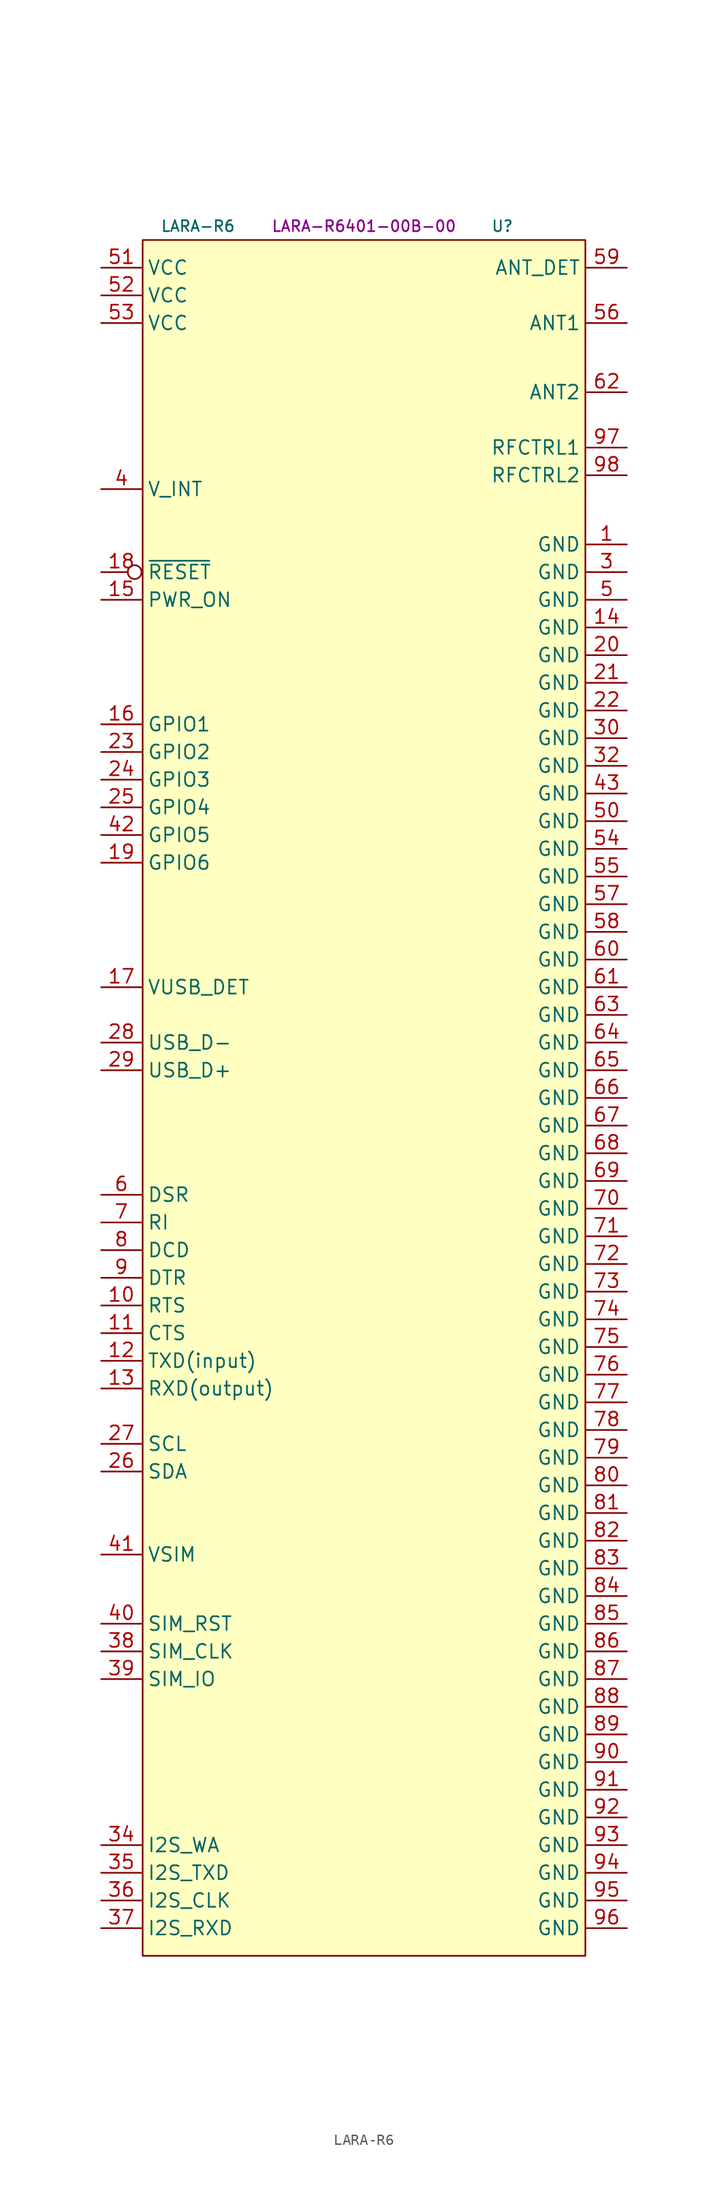
<source format=kicad_sym>
(kicad_symbol_lib
  (version 20231120)
  (generator "kicad_symbol_editor")
  (generator_version "8.0")
  (symbol "LARA-R6"
    (property "Reference" "U"
      (at 11.43 88.9 0)
      (effects (font (size 1 1))))
    (property "Value" "LARA-R6"
      (at -16.51 88.9 0)
      (effects (font (size 1 1))))
    (property "MPN" "LARA-R6401-00B-00"
      (at -1.27 88.9 0)
      (effects (font (size 1 1))))
    (symbol "LARA-R6_0_1"
      (rectangle (start -21.59 87.63) (end 19.05 -69.85) (stroke (width 0) (type default)) (fill (type background))))
    (symbol "LARA-R6_1_1"
      (pin power_in line (at 22.86 59.69 180) (length 3.71) (name "GND" (effects (font (size 1.27 1.27)))) (number "1" (effects (font (size 1.27 1.27)))))
      (pin input line (at -25.4 -10.16 0) (length 3.71) (name "RTS" (effects (font (size 1.27 1.27)))) (number "10" (effects (font (size 1.27 1.27)))))
      (pin output line (at -25.4 -12.7 0) (length 3.71) (name "CTS" (effects (font (size 1.27 1.27)))) (number "11" (effects (font (size 1.27 1.27)))))
      (pin input line (at -25.4 -15.24 0) (length 3.71) (name "TXD(input)" (effects (font (size 1.27 1.27)))) (number "12" (effects (font (size 1.27 1.27)))))
      (pin output line (at -25.4 -17.78 0) (length 3.71) (name "RXD(output)" (effects (font (size 1.27 1.27)))) (number "13" (effects (font (size 1.27 1.27)))))
      (pin power_in line (at 22.86 52.07 180) (length 3.71) (name "GND" (effects (font (size 1.27 1.27)))) (number "14" (effects (font (size 1.27 1.27)))))
      (pin input line (at -25.4 54.61 0) (length 3.71) (name "PWR_ON" (effects (font (size 1.27 1.27)))) (number "15" (effects (font (size 1.27 1.27)))))
      (pin bidirectional line (at -25.4 43.18 0) (length 3.71) (name "GPIO1" (effects (font (size 1.27 1.27)))) (number "16" (effects (font (size 1.27 1.27)))))
      (pin passive line (at -25.4 19.05 0) (length 3.71) (name "VUSB_DET" (effects (font (size 1.27 1.27)))) (number "17" (effects (font (size 1.27 1.27)))))
      (pin input inverted (at -25.4 57.15 0) (length 3.71) (name "~{RESET}" (effects (font (size 1.27 1.27)))) (number "18" (effects (font (size 1.27 1.27)))))
      (pin output line (at -25.4 30.48 0) (length 3.71) (name "GPIO6" (effects (font (size 1.27 1.27)))) (number "19" (effects (font (size 1.27 1.27)))))
      (pin power_in line (at 22.86 49.53 180) (length 3.71) (name "GND" (effects (font (size 1.27 1.27)))) (number "20" (effects (font (size 1.27 1.27)))))
      (pin power_in line (at 22.86 46.99 180) (length 3.71) (name "GND" (effects (font (size 1.27 1.27)))) (number "21" (effects (font (size 1.27 1.27)))))
      (pin power_in line (at 22.86 44.45 180) (length 3.71) (name "GND" (effects (font (size 1.27 1.27)))) (number "22" (effects (font (size 1.27 1.27)))))
      (pin bidirectional line (at -25.4 40.64 0) (length 3.71) (name "GPIO2" (effects (font (size 1.27 1.27)))) (number "23" (effects (font (size 1.27 1.27)))))
      (pin bidirectional line (at -25.4 38.1 0) (length 3.71) (name "GPIO3" (effects (font (size 1.27 1.27)))) (number "24" (effects (font (size 1.27 1.27)))))
      (pin bidirectional line (at -25.4 35.56 0) (length 3.71) (name "GPIO4" (effects (font (size 1.27 1.27)))) (number "25" (effects (font (size 1.27 1.27)))))
      (pin bidirectional line (at -25.4 -25.4 0) (length 3.71) (name "SDA" (effects (font (size 1.27 1.27)))) (number "26" (effects (font (size 1.27 1.27)))))
      (pin output line (at -25.4 -22.86 0) (length 3.71) (name "SCL" (effects (font (size 1.27 1.27)))) (number "27" (effects (font (size 1.27 1.27)))))
      (pin bidirectional line (at -25.4 13.97 0) (length 3.71) (name "USB_D-" (effects (font (size 1.27 1.27)))) (number "28" (effects (font (size 1.27 1.27)))))
      (pin bidirectional line (at -25.4 11.43 0) (length 3.71) (name "USB_D+" (effects (font (size 1.27 1.27)))) (number "29" (effects (font (size 1.27 1.27)))))
      (pin power_in line (at 22.86 57.15 180) (length 3.71) (name "GND" (effects (font (size 1.27 1.27)))) (number "3" (effects (font (size 1.27 1.27)))))
      (pin power_in line (at 22.86 41.91 180) (length 3.71) (name "GND" (effects (font (size 1.27 1.27)))) (number "30" (effects (font (size 1.27 1.27)))))
      (pin power_in line (at 22.86 39.37 180) (length 3.71) (name "GND" (effects (font (size 1.27 1.27)))) (number "32" (effects (font (size 1.27 1.27)))))
      (pin bidirectional line (at -25.4 -59.69 0) (length 3.71) (name "I2S_WA" (effects (font (size 1.27 1.27)))) (number "34" (effects (font (size 1.27 1.27)))))
      (pin bidirectional line (at -25.4 -62.23 0) (length 3.71) (name "I2S_TXD" (effects (font (size 1.27 1.27)))) (number "35" (effects (font (size 1.27 1.27)))))
      (pin bidirectional line (at -25.4 -64.77 0) (length 3.71) (name "I2S_CLK" (effects (font (size 1.27 1.27)))) (number "36" (effects (font (size 1.27 1.27)))))
      (pin bidirectional line (at -25.4 -67.31 0) (length 3.71) (name "I2S_RXD" (effects (font (size 1.27 1.27)))) (number "37" (effects (font (size 1.27 1.27)))))
      (pin output line (at -25.4 -41.91 0) (length 3.71) (name "SIM_CLK" (effects (font (size 1.27 1.27)))) (number "38" (effects (font (size 1.27 1.27)))))
      (pin bidirectional line (at -25.4 -44.45 0) (length 3.71) (name "SIM_IO" (effects (font (size 1.27 1.27)))) (number "39" (effects (font (size 1.27 1.27)))))
      (pin power_in line (at -25.4 64.77 0) (length 3.71) (name "V_INT" (effects (font (size 1.27 1.27)))) (number "4" (effects (font (size 1.27 1.27)))))
      (pin output line (at -25.4 -39.37 0) (length 3.71) (name "SIM_RST" (effects (font (size 1.27 1.27)))) (number "40" (effects (font (size 1.27 1.27)))))
      (pin power_out line (at -25.4 -33.02 0) (length 3.71) (name "VSIM" (effects (font (size 1.27 1.27)))) (number "41" (effects (font (size 1.27 1.27)))))
      (pin bidirectional line (at -25.4 33.02 0) (length 3.71) (name "GPIO5" (effects (font (size 1.27 1.27)))) (number "42" (effects (font (size 1.27 1.27)))))
      (pin power_in line (at 22.86 36.83 180) (length 3.71) (name "GND" (effects (font (size 1.27 1.27)))) (number "43" (effects (font (size 1.27 1.27)))))
      (pin power_in line (at 22.86 54.61 180) (length 3.71) (name "GND" (effects (font (size 1.27 1.27)))) (number "5" (effects (font (size 1.27 1.27)))))
      (pin power_in line (at 22.86 34.29 180) (length 3.71) (name "GND" (effects (font (size 1.27 1.27)))) (number "50" (effects (font (size 1.27 1.27)))))
      (pin power_in line (at -25.4 85.09 0) (length 3.71) (name "VCC" (effects (font (size 1.27 1.27)))) (number "51" (effects (font (size 1.27 1.27)))))
      (pin power_in line (at -25.4 82.55 0) (length 3.71) (name "VCC" (effects (font (size 1.27 1.27)))) (number "52" (effects (font (size 1.27 1.27)))))
      (pin power_in line (at -25.4 80.01 0) (length 3.71) (name "VCC" (effects (font (size 1.27 1.27)))) (number "53" (effects (font (size 1.27 1.27)))))
      (pin power_in line (at 22.86 31.75 180) (length 3.71) (name "GND" (effects (font (size 1.27 1.27)))) (number "54" (effects (font (size 1.27 1.27)))))
      (pin power_in line (at 22.86 29.21 180) (length 3.71) (name "GND" (effects (font (size 1.27 1.27)))) (number "55" (effects (font (size 1.27 1.27)))))
      (pin bidirectional line (at 22.86 80.01 180) (length 3.71) (name "ANT1" (effects (font (size 1.27 1.27)))) (number "56" (effects (font (size 1.27 1.27)))))
      (pin power_in line (at 22.86 26.67 180) (length 3.71) (name "GND" (effects (font (size 1.27 1.27)))) (number "57" (effects (font (size 1.27 1.27)))))
      (pin power_in line (at 22.86 24.13 180) (length 3.71) (name "GND" (effects (font (size 1.27 1.27)))) (number "58" (effects (font (size 1.27 1.27)))))
      (pin input line (at 22.86 85.09 180) (length 3.71) (name "ANT_DET" (effects (font (size 1.27 1.27)))) (number "59" (effects (font (size 1.27 1.27)))))
      (pin bidirectional line (at -25.4 0 0) (length 3.71) (name "DSR" (effects (font (size 1.27 1.27)))) (number "6" (effects (font (size 1.27 1.27)))))
      (pin power_in line (at 22.86 21.59 180) (length 3.71) (name "GND" (effects (font (size 1.27 1.27)))) (number "60" (effects (font (size 1.27 1.27)))))
      (pin power_in line (at 22.86 19.05 180) (length 3.71) (name "GND" (effects (font (size 1.27 1.27)))) (number "61" (effects (font (size 1.27 1.27)))))
      (pin bidirectional line (at 22.86 73.66 180) (length 3.71) (name "ANT2" (effects (font (size 1.27 1.27)))) (number "62" (effects (font (size 1.27 1.27)))))
      (pin power_in line (at 22.86 16.51 180) (length 3.71) (name "GND" (effects (font (size 1.27 1.27)))) (number "63" (effects (font (size 1.27 1.27)))))
      (pin power_in line (at 22.86 13.97 180) (length 3.71) (name "GND" (effects (font (size 1.27 1.27)))) (number "64" (effects (font (size 1.27 1.27)))))
      (pin power_in line (at 22.86 11.43 180) (length 3.71) (name "GND" (effects (font (size 1.27 1.27)))) (number "65" (effects (font (size 1.27 1.27)))))
      (pin power_in line (at 22.86 8.89 180) (length 3.71) (name "GND" (effects (font (size 1.27 1.27)))) (number "66" (effects (font (size 1.27 1.27)))))
      (pin power_in line (at 22.86 6.35 180) (length 3.71) (name "GND" (effects (font (size 1.27 1.27)))) (number "67" (effects (font (size 1.27 1.27)))))
      (pin power_in line (at 22.86 3.81 180) (length 3.71) (name "GND" (effects (font (size 1.27 1.27)))) (number "68" (effects (font (size 1.27 1.27)))))
      (pin power_in line (at 22.86 1.27 180) (length 3.71) (name "GND" (effects (font (size 1.27 1.27)))) (number "69" (effects (font (size 1.27 1.27)))))
      (pin bidirectional line (at -25.4 -2.54 0) (length 3.71) (name "RI" (effects (font (size 1.27 1.27)))) (number "7" (effects (font (size 1.27 1.27)))))
      (pin power_in line (at 22.86 -1.27 180) (length 3.71) (name "GND" (effects (font (size 1.27 1.27)))) (number "70" (effects (font (size 1.27 1.27)))))
      (pin power_in line (at 22.86 -3.81 180) (length 3.71) (name "GND" (effects (font (size 1.27 1.27)))) (number "71" (effects (font (size 1.27 1.27)))))
      (pin power_in line (at 22.86 -6.35 180) (length 3.71) (name "GND" (effects (font (size 1.27 1.27)))) (number "72" (effects (font (size 1.27 1.27)))))
      (pin power_in line (at 22.86 -8.89 180) (length 3.71) (name "GND" (effects (font (size 1.27 1.27)))) (number "73" (effects (font (size 1.27 1.27)))))
      (pin power_in line (at 22.86 -11.43 180) (length 3.71) (name "GND" (effects (font (size 1.27 1.27)))) (number "74" (effects (font (size 1.27 1.27)))))
      (pin power_in line (at 22.86 -13.97 180) (length 3.71) (name "GND" (effects (font (size 1.27 1.27)))) (number "75" (effects (font (size 1.27 1.27)))))
      (pin power_in line (at 22.86 -16.51 180) (length 3.71) (name "GND" (effects (font (size 1.27 1.27)))) (number "76" (effects (font (size 1.27 1.27)))))
      (pin power_in line (at 22.86 -19.05 180) (length 3.71) (name "GND" (effects (font (size 1.27 1.27)))) (number "77" (effects (font (size 1.27 1.27)))))
      (pin power_in line (at 22.86 -21.59 180) (length 3.71) (name "GND" (effects (font (size 1.27 1.27)))) (number "78" (effects (font (size 1.27 1.27)))))
      (pin power_in line (at 22.86 -24.13 180) (length 3.71) (name "GND" (effects (font (size 1.27 1.27)))) (number "79" (effects (font (size 1.27 1.27)))))
      (pin bidirectional line (at -25.4 -5.08 0) (length 3.71) (name "DCD" (effects (font (size 1.27 1.27)))) (number "8" (effects (font (size 1.27 1.27)))))
      (pin power_in line (at 22.86 -26.67 180) (length 3.71) (name "GND" (effects (font (size 1.27 1.27)))) (number "80" (effects (font (size 1.27 1.27)))))
      (pin power_in line (at 22.86 -29.21 180) (length 3.71) (name "GND" (effects (font (size 1.27 1.27)))) (number "81" (effects (font (size 1.27 1.27)))))
      (pin power_in line (at 22.86 -31.75 180) (length 3.71) (name "GND" (effects (font (size 1.27 1.27)))) (number "82" (effects (font (size 1.27 1.27)))))
      (pin power_in line (at 22.86 -34.29 180) (length 3.71) (name "GND" (effects (font (size 1.27 1.27)))) (number "83" (effects (font (size 1.27 1.27)))))
      (pin power_in line (at 22.86 -36.83 180) (length 3.71) (name "GND" (effects (font (size 1.27 1.27)))) (number "84" (effects (font (size 1.27 1.27)))))
      (pin power_in line (at 22.86 -39.37 180) (length 3.71) (name "GND" (effects (font (size 1.27 1.27)))) (number "85" (effects (font (size 1.27 1.27)))))
      (pin power_in line (at 22.86 -41.91 180) (length 3.71) (name "GND" (effects (font (size 1.27 1.27)))) (number "86" (effects (font (size 1.27 1.27)))))
      (pin power_in line (at 22.86 -44.45 180) (length 3.71) (name "GND" (effects (font (size 1.27 1.27)))) (number "87" (effects (font (size 1.27 1.27)))))
      (pin power_in line (at 22.86 -46.99 180) (length 3.71) (name "GND" (effects (font (size 1.27 1.27)))) (number "88" (effects (font (size 1.27 1.27)))))
      (pin power_in line (at 22.86 -49.53 180) (length 3.71) (name "GND" (effects (font (size 1.27 1.27)))) (number "89" (effects (font (size 1.27 1.27)))))
      (pin bidirectional line (at -25.4 -7.62 0) (length 3.71) (name "DTR" (effects (font (size 1.27 1.27)))) (number "9" (effects (font (size 1.27 1.27)))))
      (pin power_in line (at 22.86 -52.07 180) (length 3.71) (name "GND" (effects (font (size 1.27 1.27)))) (number "90" (effects (font (size 1.27 1.27)))))
      (pin power_in line (at 22.86 -54.61 180) (length 3.71) (name "GND" (effects (font (size 1.27 1.27)))) (number "91" (effects (font (size 1.27 1.27)))))
      (pin power_in line (at 22.86 -57.15 180) (length 3.71) (name "GND" (effects (font (size 1.27 1.27)))) (number "92" (effects (font (size 1.27 1.27)))))
      (pin power_in line (at 22.86 -59.69 180) (length 3.71) (name "GND" (effects (font (size 1.27 1.27)))) (number "93" (effects (font (size 1.27 1.27)))))
      (pin power_in line (at 22.86 -62.23 180) (length 3.71) (name "GND" (effects (font (size 1.27 1.27)))) (number "94" (effects (font (size 1.27 1.27)))))
      (pin power_in line (at 22.86 -64.77 180) (length 3.71) (name "GND" (effects (font (size 1.27 1.27)))) (number "95" (effects (font (size 1.27 1.27)))))
      (pin power_in line (at 22.86 -67.31 180) (length 3.71) (name "GND" (effects (font (size 1.27 1.27)))) (number "96" (effects (font (size 1.27 1.27)))))
      (pin output line (at 22.86 68.58 180) (length 3.71) (name "RFCTRL1" (effects (font (size 1.27 1.27)))) (number "97" (effects (font (size 1.27 1.27)))))
      (pin output line (at 22.86 66.04 180) (length 3.71) (name "RFCTRL2" (effects (font (size 1.27 1.27)))) (number "98" (effects (font (size 1.27 1.27))))))))
</source>
